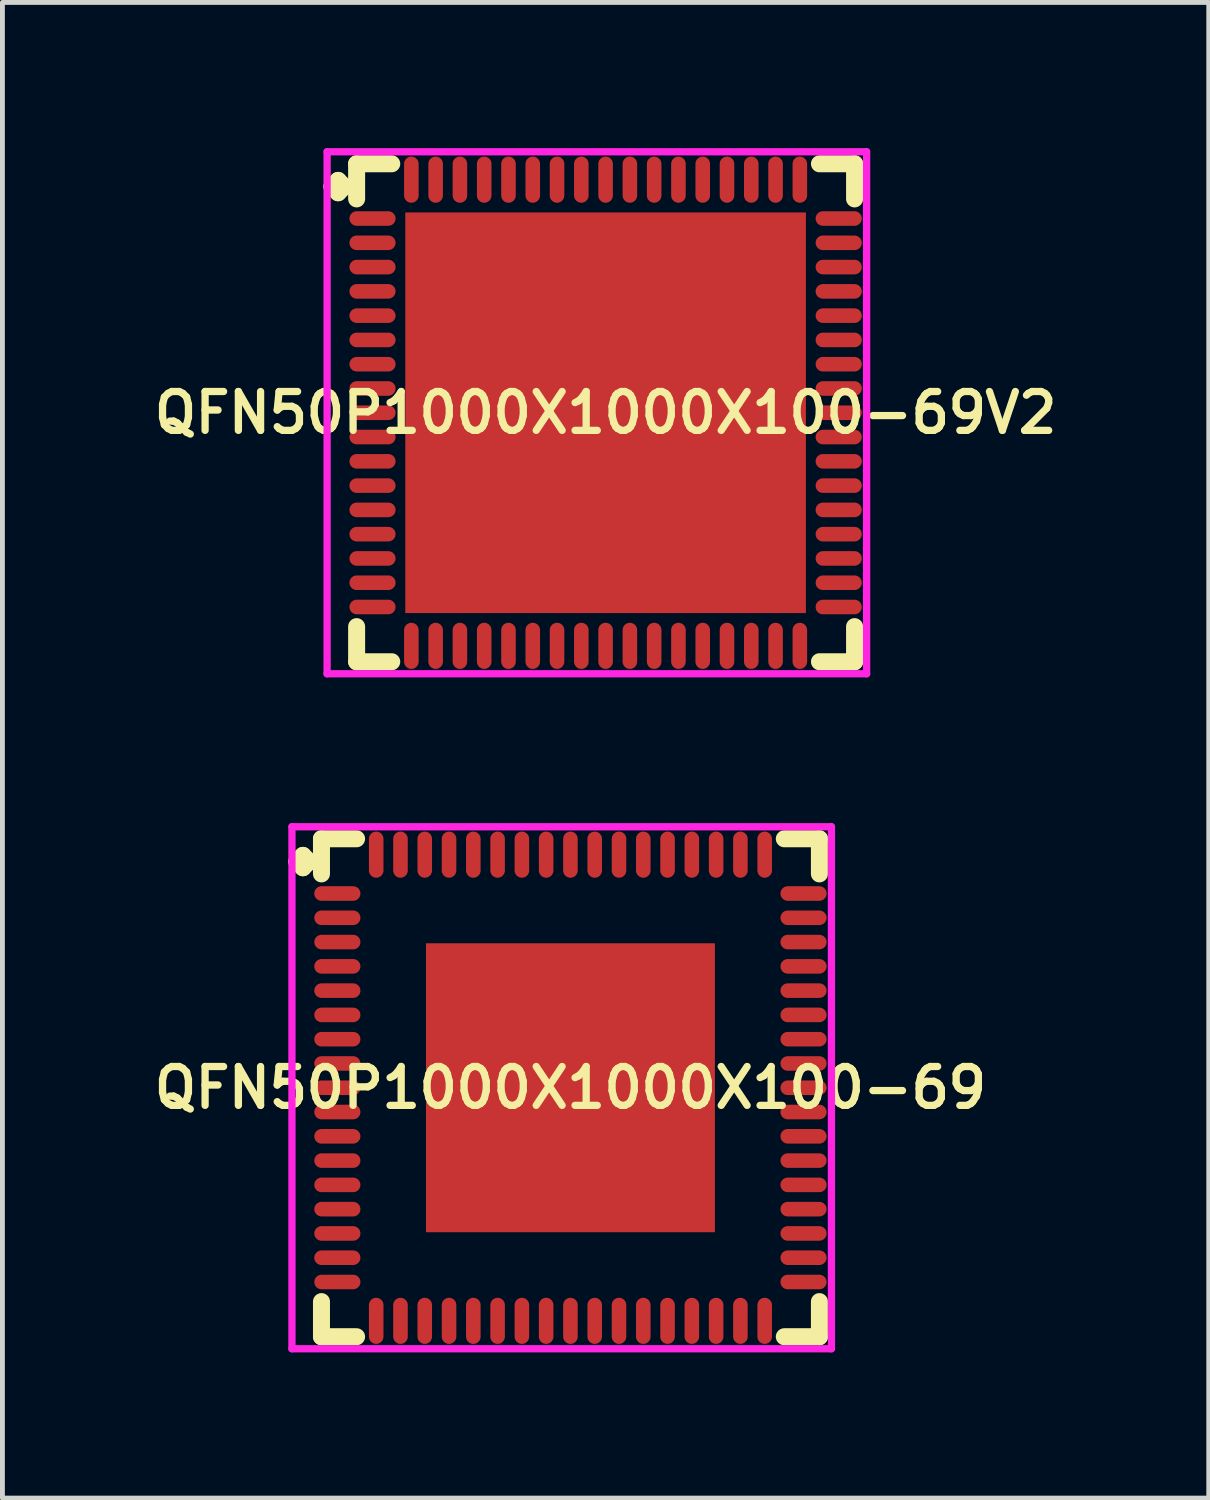
<source format=kicad_pcb>
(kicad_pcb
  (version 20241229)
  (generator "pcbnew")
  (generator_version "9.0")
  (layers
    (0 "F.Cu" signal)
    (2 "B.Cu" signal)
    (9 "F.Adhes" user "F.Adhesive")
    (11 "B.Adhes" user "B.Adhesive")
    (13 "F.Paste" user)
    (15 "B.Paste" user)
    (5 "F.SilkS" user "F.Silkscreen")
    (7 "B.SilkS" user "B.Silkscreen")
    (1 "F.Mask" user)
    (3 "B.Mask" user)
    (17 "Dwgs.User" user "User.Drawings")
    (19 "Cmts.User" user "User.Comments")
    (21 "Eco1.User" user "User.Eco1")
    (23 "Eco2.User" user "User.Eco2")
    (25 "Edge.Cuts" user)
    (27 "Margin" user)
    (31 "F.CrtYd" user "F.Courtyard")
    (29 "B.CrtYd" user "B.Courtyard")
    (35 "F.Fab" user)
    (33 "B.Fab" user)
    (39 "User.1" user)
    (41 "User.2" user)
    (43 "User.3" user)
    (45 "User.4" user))
  (footprint "QFN50P1000X1000X100-69V2"
    (layer "F.Cu")
    (at 9.421 5.45)
    (property "Reference" "QFN50P1000X1000X100-69V2" (at 0 0 0) (layer "F.SilkS") (effects (font (size 0.8 0.8) (thickness 0.15))))
    (attr smd)
    (fp_line (start -5.635 -4.658) (end -5.508 -4.785) (stroke (width 0.35) (type solid)) (layer "F.SilkS"))
    (fp_line (start -5.508 -4.785) (end -5.381 -4.658) (stroke (width 0.35) (type solid)) (layer "F.SilkS"))
    (fp_line (start -5.508 -4.531) (end -5.635 -4.658) (stroke (width 0.35) (type solid)) (layer "F.SilkS"))
    (fp_line (start -5.381 -4.658) (end -5.508 -4.531) (stroke (width 0.35) (type solid)) (layer "F.SilkS"))
    (fp_line (start -5.127 -5.127) (end -4.404 -5.127) (stroke (width 0.35) (type solid)) (layer "F.SilkS"))
    (fp_line (start -5.127 -4.404) (end -5.127 -5.127) (stroke (width 0.35) (type solid)) (layer "F.SilkS"))
    (fp_line (start -5.127 4.404) (end -5.127 5.127) (stroke (width 0.35) (type solid)) (layer "F.SilkS"))
    (fp_line (start -5.127 5.127) (end -4.404 5.127) (stroke (width 0.35) (type solid)) (layer "F.SilkS"))
    (fp_line (start 4.404 -5.127) (end 5.127 -5.127) (stroke (width 0.35) (type solid)) (layer "F.SilkS"))
    (fp_line (start 4.404 5.127) (end 5.127 5.127) (stroke (width 0.35) (type solid)) (layer "F.SilkS"))
    (fp_line (start 5.127 -5.127) (end 5.127 -4.404) (stroke (width 0.35) (type solid)) (layer "F.SilkS"))
    (fp_line (start 5.127 5.127) (end 5.127 4.404) (stroke (width 0.35) (type solid)) (layer "F.SilkS"))
    (fp_line (start -5.735 -5.375) (end 5.375 -5.375) (stroke (width 0.15) (type solid)) (layer "F.CrtYd"))
    (fp_line (start -5.735 5.375) (end -5.735 -5.375) (stroke (width 0.15) (type solid)) (layer "F.CrtYd"))
    (fp_line (start 5.375 -5.375) (end 5.375 5.375) (stroke (width 0.15) (type solid)) (layer "F.CrtYd"))
    (fp_line (start 5.375 5.375) (end -5.735 5.375) (stroke (width 0.15) (type solid)) (layer "F.CrtYd"))
    (pad "1" smd oval (at -4.8 -4) (size 0.95 0.3) (layers "F.Cu" "F.Mask" "F.Paste"))
    (pad "2" smd oval (at -4.8 -3.5) (size 0.95 0.3) (layers "F.Cu" "F.Mask" "F.Paste"))
    (pad "3" smd oval (at -4.8 -3) (size 0.95 0.3) (layers "F.Cu" "F.Mask" "F.Paste"))
    (pad "4" smd oval (at -4.8 -2.5) (size 0.95 0.3) (layers "F.Cu" "F.Mask" "F.Paste"))
    (pad "5" smd oval (at -4.8 -2) (size 0.95 0.3) (layers "F.Cu" "F.Mask" "F.Paste"))
    (pad "6" smd oval (at -4.8 -1.5) (size 0.95 0.3) (layers "F.Cu" "F.Mask" "F.Paste"))
    (pad "7" smd oval (at -4.8 -1) (size 0.95 0.3) (layers "F.Cu" "F.Mask" "F.Paste"))
    (pad "8" smd oval (at -4.8 -0.5) (size 0.95 0.3) (layers "F.Cu" "F.Mask" "F.Paste"))
    (pad "9" smd oval (at -4.8 0) (size 0.95 0.3) (layers "F.Cu" "F.Mask" "F.Paste"))
    (pad "10" smd oval (at -4.8 0.5) (size 0.95 0.3) (layers "F.Cu" "F.Mask" "F.Paste"))
    (pad "11" smd oval (at -4.8 1) (size 0.95 0.3) (layers "F.Cu" "F.Mask" "F.Paste"))
    (pad "12" smd oval (at -4.8 1.5) (size 0.95 0.3) (layers "F.Cu" "F.Mask" "F.Paste"))
    (pad "13" smd oval (at -4.8 2) (size 0.95 0.3) (layers "F.Cu" "F.Mask" "F.Paste"))
    (pad "14" smd oval (at -4.8 2.5) (size 0.95 0.3) (layers "F.Cu" "F.Mask" "F.Paste"))
    (pad "15" smd oval (at -4.8 3) (size 0.95 0.3) (layers "F.Cu" "F.Mask" "F.Paste"))
    (pad "16" smd oval (at -4.8 3.5) (size 0.95 0.3) (layers "F.Cu" "F.Mask" "F.Paste"))
    (pad "17" smd oval (at -4.8 4) (size 0.95 0.3) (layers "F.Cu" "F.Mask" "F.Paste"))
    (pad "18" smd oval (at -4 4.8) (size 0.3 0.95) (layers "F.Cu" "F.Mask" "F.Paste"))
    (pad "19" smd oval (at -3.5 4.8) (size 0.3 0.95) (layers "F.Cu" "F.Mask" "F.Paste"))
    (pad "20" smd oval (at -3 4.8) (size 0.3 0.95) (layers "F.Cu" "F.Mask" "F.Paste"))
    (pad "21" smd oval (at -2.5 4.8) (size 0.3 0.95) (layers "F.Cu" "F.Mask" "F.Paste"))
    (pad "22" smd oval (at -2 4.8) (size 0.3 0.95) (layers "F.Cu" "F.Mask" "F.Paste"))
    (pad "23" smd oval (at -1.5 4.8) (size 0.3 0.95) (layers "F.Cu" "F.Mask" "F.Paste"))
    (pad "24" smd oval (at -1 4.8) (size 0.3 0.95) (layers "F.Cu" "F.Mask" "F.Paste"))
    (pad "25" smd oval (at -0.5 4.8) (size 0.3 0.95) (layers "F.Cu" "F.Mask" "F.Paste"))
    (pad "26" smd oval (at 0 4.8) (size 0.3 0.95) (layers "F.Cu" "F.Mask" "F.Paste"))
    (pad "27" smd oval (at 0.5 4.8) (size 0.3 0.95) (layers "F.Cu" "F.Mask" "F.Paste"))
    (pad "28" smd oval (at 1 4.8) (size 0.3 0.95) (layers "F.Cu" "F.Mask" "F.Paste"))
    (pad "29" smd oval (at 1.5 4.8) (size 0.3 0.95) (layers "F.Cu" "F.Mask" "F.Paste"))
    (pad "30" smd oval (at 2 4.8) (size 0.3 0.95) (layers "F.Cu" "F.Mask" "F.Paste"))
    (pad "31" smd oval (at 2.5 4.8) (size 0.3 0.95) (layers "F.Cu" "F.Mask" "F.Paste"))
    (pad "32" smd oval (at 3 4.8) (size 0.3 0.95) (layers "F.Cu" "F.Mask" "F.Paste"))
    (pad "33" smd oval (at 3.5 4.8) (size 0.3 0.95) (layers "F.Cu" "F.Mask" "F.Paste"))
    (pad "34" smd oval (at 4 4.8) (size 0.3 0.95) (layers "F.Cu" "F.Mask" "F.Paste"))
    (pad "35" smd oval (at 4.8 4) (size 0.95 0.3) (layers "F.Cu" "F.Mask" "F.Paste"))
    (pad "36" smd oval (at 4.8 3.5) (size 0.95 0.3) (layers "F.Cu" "F.Mask" "F.Paste"))
    (pad "37" smd oval (at 4.8 3) (size 0.95 0.3) (layers "F.Cu" "F.Mask" "F.Paste"))
    (pad "38" smd oval (at 4.8 2.5) (size 0.95 0.3) (layers "F.Cu" "F.Mask" "F.Paste"))
    (pad "39" smd oval (at 4.8 2) (size 0.95 0.3) (layers "F.Cu" "F.Mask" "F.Paste"))
    (pad "40" smd oval (at 4.8 1.5) (size 0.95 0.3) (layers "F.Cu" "F.Mask" "F.Paste"))
    (pad "41" smd oval (at 4.8 1) (size 0.95 0.3) (layers "F.Cu" "F.Mask" "F.Paste"))
    (pad "42" smd oval (at 4.8 0.5) (size 0.95 0.3) (layers "F.Cu" "F.Mask" "F.Paste"))
    (pad "43" smd oval (at 4.8 0) (size 0.95 0.3) (layers "F.Cu" "F.Mask" "F.Paste"))
    (pad "44" smd oval (at 4.8 -0.5) (size 0.95 0.3) (layers "F.Cu" "F.Mask" "F.Paste"))
    (pad "45" smd oval (at 4.8 -1) (size 0.95 0.3) (layers "F.Cu" "F.Mask" "F.Paste"))
    (pad "46" smd oval (at 4.8 -1.5) (size 0.95 0.3) (layers "F.Cu" "F.Mask" "F.Paste"))
    (pad "47" smd oval (at 4.8 -2) (size 0.95 0.3) (layers "F.Cu" "F.Mask" "F.Paste"))
    (pad "48" smd oval (at 4.8 -2.5) (size 0.95 0.3) (layers "F.Cu" "F.Mask" "F.Paste"))
    (pad "49" smd oval (at 4.8 -3) (size 0.95 0.3) (layers "F.Cu" "F.Mask" "F.Paste"))
    (pad "50" smd oval (at 4.8 -3.5) (size 0.95 0.3) (layers "F.Cu" "F.Mask" "F.Paste"))
    (pad "51" smd oval (at 4.8 -4) (size 0.95 0.3) (layers "F.Cu" "F.Mask" "F.Paste"))
    (pad "52" smd oval (at 4 -4.8) (size 0.3 0.95) (layers "F.Cu" "F.Mask" "F.Paste"))
    (pad "53" smd oval (at 3.5 -4.8) (size 0.3 0.95) (layers "F.Cu" "F.Mask" "F.Paste"))
    (pad "54" smd oval (at 3 -4.8) (size 0.3 0.95) (layers "F.Cu" "F.Mask" "F.Paste"))
    (pad "55" smd oval (at 2.5 -4.8) (size 0.3 0.95) (layers "F.Cu" "F.Mask" "F.Paste"))
    (pad "56" smd oval (at 2 -4.8) (size 0.3 0.95) (layers "F.Cu" "F.Mask" "F.Paste"))
    (pad "57" smd oval (at 1.5 -4.8) (size 0.3 0.95) (layers "F.Cu" "F.Mask" "F.Paste"))
    (pad "58" smd oval (at 1 -4.8) (size 0.3 0.95) (layers "F.Cu" "F.Mask" "F.Paste"))
    (pad "59" smd oval (at 0.5 -4.8) (size 0.3 0.95) (layers "F.Cu" "F.Mask" "F.Paste"))
    (pad "60" smd oval (at 0 -4.8) (size 0.3 0.95) (layers "F.Cu" "F.Mask" "F.Paste"))
    (pad "61" smd oval (at -0.5 -4.8) (size 0.3 0.95) (layers "F.Cu" "F.Mask" "F.Paste"))
    (pad "62" smd oval (at -1 -4.8) (size 0.3 0.95) (layers "F.Cu" "F.Mask" "F.Paste"))
    (pad "63" smd oval (at -1.5 -4.8) (size 0.3 0.95) (layers "F.Cu" "F.Mask" "F.Paste"))
    (pad "64" smd oval (at -2 -4.8) (size 0.3 0.95) (layers "F.Cu" "F.Mask" "F.Paste"))
    (pad "65" smd oval (at -2.5 -4.8) (size 0.3 0.95) (layers "F.Cu" "F.Mask" "F.Paste"))
    (pad "66" smd oval (at -3 -4.8) (size 0.3 0.95) (layers "F.Cu" "F.Mask" "F.Paste"))
    (pad "67" smd oval (at -3.5 -4.8) (size 0.3 0.95) (layers "F.Cu" "F.Mask" "F.Paste"))
    (pad "68" smd oval (at -4 -4.8) (size 0.3 0.95) (layers "F.Cu" "F.Mask" "F.Paste"))
    (pad "69" smd rect (at 0 0) (size 8.25 8.25) (layers "F.Cu" "F.Mask" "F.Paste")))
  (footprint "QFN50P1000X1000X100-69"
    (layer "F.Cu")
    (at 8.697 19.35)
    (property "Reference" "QFN50P1000X1000X100-69" (at 0 0 0) (layer "F.SilkS") (effects (font (size 0.8 0.8) (thickness 0.15))))
    (attr through_hole)
    (fp_line (start -5.635 -4.658) (end -5.508 -4.785) (stroke (width 0.35) (type solid)) (layer "F.SilkS"))
    (fp_line (start -5.508 -4.785) (end -5.381 -4.658) (stroke (width 0.35) (type solid)) (layer "F.SilkS"))
    (fp_line (start -5.508 -4.531) (end -5.635 -4.658) (stroke (width 0.35) (type solid)) (layer "F.SilkS"))
    (fp_line (start -5.381 -4.658) (end -5.508 -4.531) (stroke (width 0.35) (type solid)) (layer "F.SilkS"))
    (fp_line (start -5.127 -5.127) (end -4.404 -5.127) (stroke (width 0.35) (type solid)) (layer "F.SilkS"))
    (fp_line (start -5.127 -4.404) (end -5.127 -5.127) (stroke (width 0.35) (type solid)) (layer "F.SilkS"))
    (fp_line (start -5.127 4.404) (end -5.127 5.127) (stroke (width 0.35) (type solid)) (layer "F.SilkS"))
    (fp_line (start -5.127 5.127) (end -4.404 5.127) (stroke (width 0.35) (type solid)) (layer "F.SilkS"))
    (fp_line (start 4.404 -5.127) (end 5.127 -5.127) (stroke (width 0.35) (type solid)) (layer "F.SilkS"))
    (fp_line (start 4.404 5.127) (end 5.127 5.127) (stroke (width 0.35) (type solid)) (layer "F.SilkS"))
    (fp_line (start 5.127 -5.127) (end 5.127 -4.404) (stroke (width 0.35) (type solid)) (layer "F.SilkS"))
    (fp_line (start 5.127 5.127) (end 5.127 4.404) (stroke (width 0.35) (type solid)) (layer "F.SilkS"))
    (fp_line (start -5.735 -5.375) (end 5.375 -5.375) (stroke (width 0.15) (type solid)) (layer "F.CrtYd"))
    (fp_line (start -5.735 5.375) (end -5.735 -5.375) (stroke (width 0.15) (type solid)) (layer "F.CrtYd"))
    (fp_line (start 5.375 -5.375) (end 5.375 5.375) (stroke (width 0.15) (type solid)) (layer "F.CrtYd"))
    (fp_line (start 5.375 5.375) (end -5.735 5.375) (stroke (width 0.15) (type solid)) (layer "F.CrtYd"))
    (pad "1" smd oval (at -4.8 -4) (size 0.95 0.3) (layers "F.Cu" "F.Mask" "F.Paste"))
    (pad "2" smd oval (at -4.8 -3.5) (size 0.95 0.3) (layers "F.Cu" "F.Mask" "F.Paste"))
    (pad "3" smd oval (at -4.8 -3) (size 0.95 0.3) (layers "F.Cu" "F.Mask" "F.Paste"))
    (pad "4" smd oval (at -4.8 -2.5) (size 0.95 0.3) (layers "F.Cu" "F.Mask" "F.Paste"))
    (pad "5" smd oval (at -4.8 -2) (size 0.95 0.3) (layers "F.Cu" "F.Mask" "F.Paste"))
    (pad "6" smd oval (at -4.8 -1.5) (size 0.95 0.3) (layers "F.Cu" "F.Mask" "F.Paste"))
    (pad "7" smd oval (at -4.8 -1) (size 0.95 0.3) (layers "F.Cu" "F.Mask" "F.Paste"))
    (pad "8" smd oval (at -4.8 -0.5) (size 0.95 0.3) (layers "F.Cu" "F.Mask" "F.Paste"))
    (pad "9" smd oval (at -4.8 0) (size 0.95 0.3) (layers "F.Cu" "F.Mask" "F.Paste"))
    (pad "10" smd oval (at -4.8 0.5) (size 0.95 0.3) (layers "F.Cu" "F.Mask" "F.Paste"))
    (pad "11" smd oval (at -4.8 1) (size 0.95 0.3) (layers "F.Cu" "F.Mask" "F.Paste"))
    (pad "12" smd oval (at -4.8 1.5) (size 0.95 0.3) (layers "F.Cu" "F.Mask" "F.Paste"))
    (pad "13" smd oval (at -4.8 2) (size 0.95 0.3) (layers "F.Cu" "F.Mask" "F.Paste"))
    (pad "14" smd oval (at -4.8 2.5) (size 0.95 0.3) (layers "F.Cu" "F.Mask" "F.Paste"))
    (pad "15" smd oval (at -4.8 3) (size 0.95 0.3) (layers "F.Cu" "F.Mask" "F.Paste"))
    (pad "16" smd oval (at -4.8 3.5) (size 0.95 0.3) (layers "F.Cu" "F.Mask" "F.Paste"))
    (pad "17" smd oval (at -4.8 4) (size 0.95 0.3) (layers "F.Cu" "F.Mask" "F.Paste"))
    (pad "18" smd oval (at -4 4.8) (size 0.3 0.95) (layers "F.Cu" "F.Mask" "F.Paste"))
    (pad "19" smd oval (at -3.5 4.8) (size 0.3 0.95) (layers "F.Cu" "F.Mask" "F.Paste"))
    (pad "20" smd oval (at -3 4.8) (size 0.3 0.95) (layers "F.Cu" "F.Mask" "F.Paste"))
    (pad "21" smd oval (at -2.5 4.8) (size 0.3 0.95) (layers "F.Cu" "F.Mask" "F.Paste"))
    (pad "22" smd oval (at -2 4.8) (size 0.3 0.95) (layers "F.Cu" "F.Mask" "F.Paste"))
    (pad "23" smd oval (at -1.5 4.8) (size 0.3 0.95) (layers "F.Cu" "F.Mask" "F.Paste"))
    (pad "24" smd oval (at -1 4.8) (size 0.3 0.95) (layers "F.Cu" "F.Mask" "F.Paste"))
    (pad "25" smd oval (at -0.5 4.8) (size 0.3 0.95) (layers "F.Cu" "F.Mask" "F.Paste"))
    (pad "26" smd oval (at 0 4.8) (size 0.3 0.95) (layers "F.Cu" "F.Mask" "F.Paste"))
    (pad "27" smd oval (at 0.5 4.8) (size 0.3 0.95) (layers "F.Cu" "F.Mask" "F.Paste"))
    (pad "28" smd oval (at 1 4.8) (size 0.3 0.95) (layers "F.Cu" "F.Mask" "F.Paste"))
    (pad "29" smd oval (at 1.5 4.8) (size 0.3 0.95) (layers "F.Cu" "F.Mask" "F.Paste"))
    (pad "30" smd oval (at 2 4.8) (size 0.3 0.95) (layers "F.Cu" "F.Mask" "F.Paste"))
    (pad "31" smd oval (at 2.5 4.8) (size 0.3 0.95) (layers "F.Cu" "F.Mask" "F.Paste"))
    (pad "32" smd oval (at 3 4.8) (size 0.3 0.95) (layers "F.Cu" "F.Mask" "F.Paste"))
    (pad "33" smd oval (at 3.5 4.8) (size 0.3 0.95) (layers "F.Cu" "F.Mask" "F.Paste"))
    (pad "34" smd oval (at 4 4.8) (size 0.3 0.95) (layers "F.Cu" "F.Mask" "F.Paste"))
    (pad "35" smd oval (at 4.8 4) (size 0.95 0.3) (layers "F.Cu" "F.Mask" "F.Paste"))
    (pad "36" smd oval (at 4.8 3.5) (size 0.95 0.3) (layers "F.Cu" "F.Mask" "F.Paste"))
    (pad "37" smd oval (at 4.8 3) (size 0.95 0.3) (layers "F.Cu" "F.Mask" "F.Paste"))
    (pad "38" smd oval (at 4.8 2.5) (size 0.95 0.3) (layers "F.Cu" "F.Mask" "F.Paste"))
    (pad "39" smd oval (at 4.8 2) (size 0.95 0.3) (layers "F.Cu" "F.Mask" "F.Paste"))
    (pad "40" smd oval (at 4.8 1.5) (size 0.95 0.3) (layers "F.Cu" "F.Mask" "F.Paste"))
    (pad "41" smd oval (at 4.8 1) (size 0.95 0.3) (layers "F.Cu" "F.Mask" "F.Paste"))
    (pad "42" smd oval (at 4.8 0.5) (size 0.95 0.3) (layers "F.Cu" "F.Mask" "F.Paste"))
    (pad "43" smd oval (at 4.8 0) (size 0.95 0.3) (layers "F.Cu" "F.Mask" "F.Paste"))
    (pad "44" smd oval (at 4.8 -0.5) (size 0.95 0.3) (layers "F.Cu" "F.Mask" "F.Paste"))
    (pad "45" smd oval (at 4.8 -1) (size 0.95 0.3) (layers "F.Cu" "F.Mask" "F.Paste"))
    (pad "46" smd oval (at 4.8 -1.5) (size 0.95 0.3) (layers "F.Cu" "F.Mask" "F.Paste"))
    (pad "47" smd oval (at 4.8 -2) (size 0.95 0.3) (layers "F.Cu" "F.Mask" "F.Paste"))
    (pad "48" smd oval (at 4.8 -2.5) (size 0.95 0.3) (layers "F.Cu" "F.Mask" "F.Paste"))
    (pad "49" smd oval (at 4.8 -3) (size 0.95 0.3) (layers "F.Cu" "F.Mask" "F.Paste"))
    (pad "50" smd oval (at 4.8 -3.5) (size 0.95 0.3) (layers "F.Cu" "F.Mask" "F.Paste"))
    (pad "51" smd oval (at 4.8 -4) (size 0.95 0.3) (layers "F.Cu" "F.Mask" "F.Paste"))
    (pad "52" smd oval (at 4 -4.8) (size 0.3 0.95) (layers "F.Cu" "F.Mask" "F.Paste"))
    (pad "53" smd oval (at 3.5 -4.8) (size 0.3 0.95) (layers "F.Cu" "F.Mask" "F.Paste"))
    (pad "54" smd oval (at 3 -4.8) (size 0.3 0.95) (layers "F.Cu" "F.Mask" "F.Paste"))
    (pad "55" smd oval (at 2.5 -4.8) (size 0.3 0.95) (layers "F.Cu" "F.Mask" "F.Paste"))
    (pad "56" smd oval (at 2 -4.8) (size 0.3 0.95) (layers "F.Cu" "F.Mask" "F.Paste"))
    (pad "57" smd oval (at 1.5 -4.8) (size 0.3 0.95) (layers "F.Cu" "F.Mask" "F.Paste"))
    (pad "58" smd oval (at 1 -4.8) (size 0.3 0.95) (layers "F.Cu" "F.Mask" "F.Paste"))
    (pad "59" smd oval (at 0.5 -4.8) (size 0.3 0.95) (layers "F.Cu" "F.Mask" "F.Paste"))
    (pad "60" smd oval (at 0 -4.8) (size 0.3 0.95) (layers "F.Cu" "F.Mask" "F.Paste"))
    (pad "61" smd oval (at -0.5 -4.8) (size 0.3 0.95) (layers "F.Cu" "F.Mask" "F.Paste"))
    (pad "62" smd oval (at -1 -4.8) (size 0.3 0.95) (layers "F.Cu" "F.Mask" "F.Paste"))
    (pad "63" smd oval (at -1.5 -4.8) (size 0.3 0.95) (layers "F.Cu" "F.Mask" "F.Paste"))
    (pad "64" smd oval (at -2 -4.8) (size 0.3 0.95) (layers "F.Cu" "F.Mask" "F.Paste"))
    (pad "65" smd oval (at -2.5 -4.8) (size 0.3 0.95) (layers "F.Cu" "F.Mask" "F.Paste"))
    (pad "66" smd oval (at -3 -4.8) (size 0.3 0.95) (layers "F.Cu" "F.Mask" "F.Paste"))
    (pad "67" smd oval (at -3.5 -4.8) (size 0.3 0.95) (layers "F.Cu" "F.Mask" "F.Paste"))
    (pad "68" smd oval (at -4 -4.8) (size 0.3 0.95) (layers "F.Cu" "F.Mask" "F.Paste"))
    (pad "69" smd rect (at 0 0) (size 5.95 5.95) (layers "F.Cu" "F.Mask" "F.Paste")))
  (gr_rect
    (start -3 -3)
    (end 21.842 27.8)
    (stroke (width 0.1) (type default))
    (fill no)
    (layer "Edge.Cuts")))
</source>
